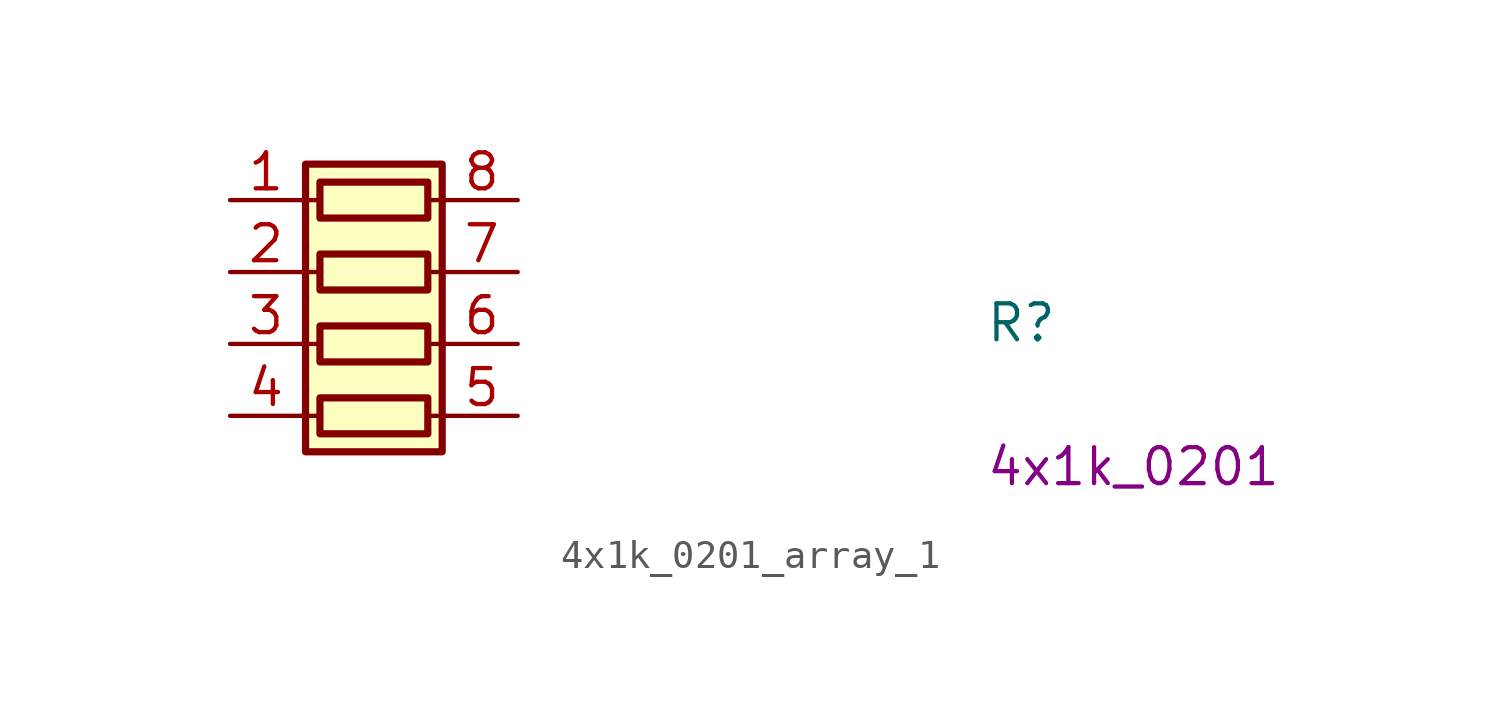
<source format=kicad_sym>
(kicad_symbol_lib
  (version 20211014)
  (generator kicad_symbol_editor)
  (symbol "4x1k_0201_array_1"
    (pin_names hide)
    (property "Reference" "R"
      (at 26.67 -5.08 0)
      (effects (font (size 1.27 1.27) (thickness 0.15)) (justify left bottom)))
    (property "Val" "4x1k_0201"
      (at 26.67 -10.16 0)
      (effects (font (size 1.27 1.27) (thickness 0.15)) (justify left bottom)))
    (symbol "4x1k_0201_array_1_0_1"
      (polyline (pts (xy 2.54 -7.62) (xy 3.175 -7.62)) (stroke (width 0) (type default) (color 0 0 0 0)) (fill (type none)))
      (polyline (pts (xy 2.54 -5.08) (xy 3.175 -5.08)) (stroke (width 0) (type default) (color 0 0 0 0)) (fill (type none)))
      (polyline (pts (xy 2.54 -2.54) (xy 3.175 -2.54)) (stroke (width 0) (type default) (color 0 0 0 0)) (fill (type none)))
      (polyline (pts (xy 2.54 0) (xy 3.175 0)) (stroke (width 0) (type default) (color 0 0 0 0)) (fill (type none)))
      (polyline (pts (xy 6.985 -7.62) (xy 7.62 -7.62)) (stroke (width 0) (type default) (color 0 0 0 0)) (fill (type none)))
      (polyline (pts (xy 6.985 -5.08) (xy 7.62 -5.08)) (stroke (width 0) (type default) (color 0 0 0 0)) (fill (type none)))
      (polyline (pts (xy 6.985 -2.54) (xy 7.62 -2.54)) (stroke (width 0) (type default) (color 0 0 0 0)) (fill (type none)))
      (polyline (pts (xy 6.985 0) (xy 7.62 0)) (stroke (width 0) (type default) (color 0 0 0 0)) (fill (type none)))
      (rectangle (start 2.667 1.27) (end 7.493 -8.89) (stroke (width 0.254) (type default) (color 0 0 0 0)) (fill (type background)))
      (rectangle (start 6.985 -6.985) (end 3.175 -8.255) (stroke (width 0.254) (type default) (color 0 0 0 0)) (fill (type none)))
      (rectangle (start 6.985 -4.445) (end 3.175 -5.715) (stroke (width 0.254) (type default) (color 0 0 0 0)) (fill (type none)))
      (rectangle (start 6.985 -1.905) (end 3.175 -3.175) (stroke (width 0.254) (type default) (color 0 0 0 0)) (fill (type none)))
      (rectangle (start 6.985 0.635) (end 3.175 -0.635) (stroke (width 0.254) (type default) (color 0 0 0 0)) (fill (type none))))
    (symbol "4x1k_0201_array_1_1_1"
      (pin passive line (at 0 0 0) (length 2.54) (name "R1.1" (effects (font (size 1.27 1.27)))) (number "1" (effects (font (size 1.27 1.27)))))
      (pin passive line (at 0 -2.54 0) (length 2.54) (name "R2.1" (effects (font (size 1.27 1.27)))) (number "2" (effects (font (size 1.27 1.27)))))
      (pin passive line (at 0 -5.08 0) (length 2.54) (name "R3.1" (effects (font (size 1.27 1.27)))) (number "3" (effects (font (size 1.27 1.27)))))
      (pin passive line (at 0 -7.62 0) (length 2.54) (name "R4.1" (effects (font (size 1.27 1.27)))) (number "4" (effects (font (size 1.27 1.27)))))
      (pin passive line (at 10.16 -7.62 180) (length 2.54) (name "R4.2" (effects (font (size 1.27 1.27)))) (number "5" (effects (font (size 1.27 1.27)))))
      (pin passive line (at 10.16 -5.08 180) (length 2.54) (name "R3.2" (effects (font (size 1.27 1.27)))) (number "6" (effects (font (size 1.27 1.27)))))
      (pin passive line (at 10.16 -2.54 180) (length 2.54) (name "R2.2" (effects (font (size 1.27 1.27)))) (number "7" (effects (font (size 1.27 1.27)))))
      (pin passive line (at 10.16 0 180) (length 2.54) (name "R1.2" (effects (font (size 1.27 1.27)))) (number "8" (effects (font (size 1.27 1.27))))))))
</source>
